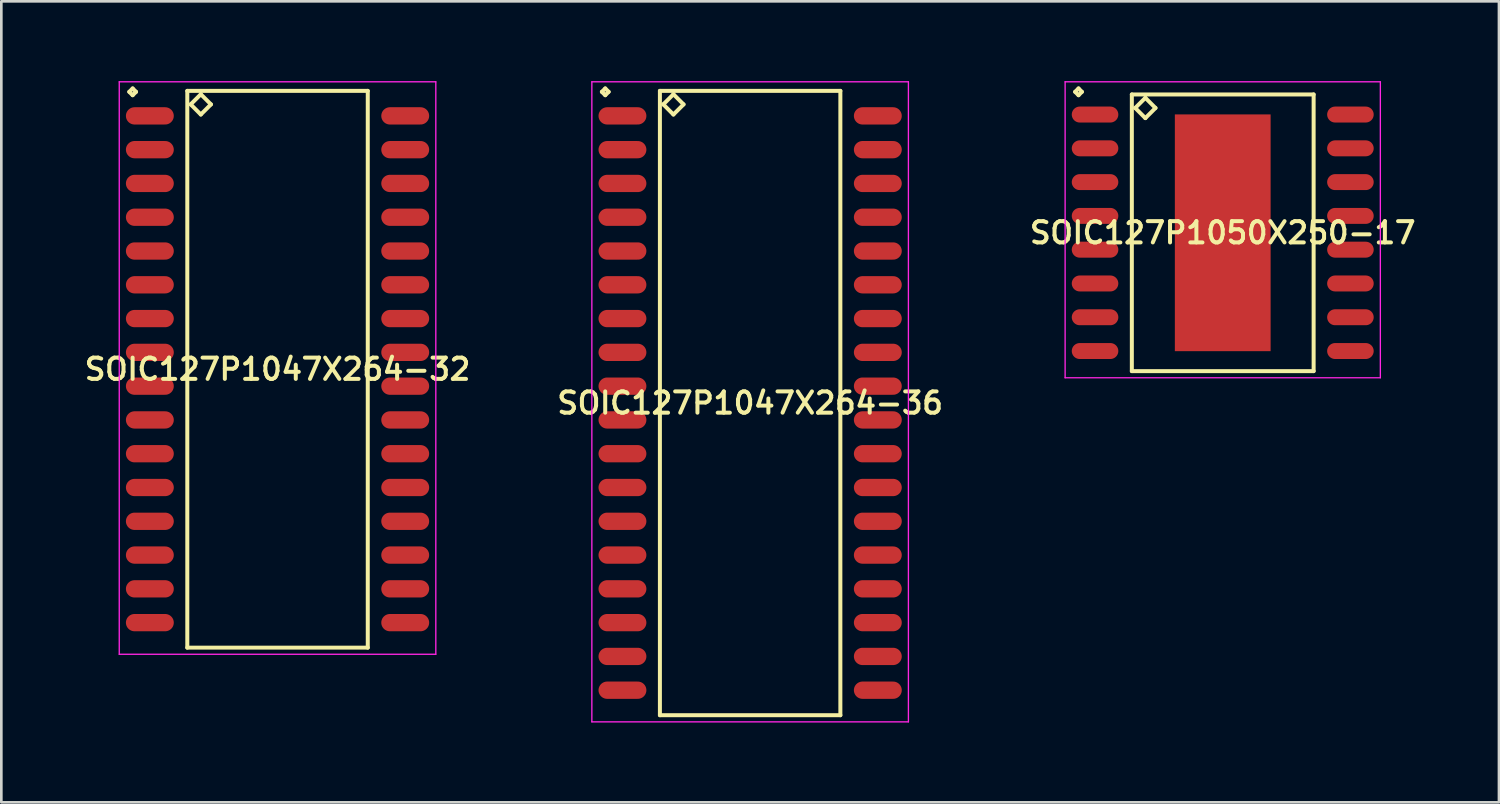
<source format=kicad_pcb>
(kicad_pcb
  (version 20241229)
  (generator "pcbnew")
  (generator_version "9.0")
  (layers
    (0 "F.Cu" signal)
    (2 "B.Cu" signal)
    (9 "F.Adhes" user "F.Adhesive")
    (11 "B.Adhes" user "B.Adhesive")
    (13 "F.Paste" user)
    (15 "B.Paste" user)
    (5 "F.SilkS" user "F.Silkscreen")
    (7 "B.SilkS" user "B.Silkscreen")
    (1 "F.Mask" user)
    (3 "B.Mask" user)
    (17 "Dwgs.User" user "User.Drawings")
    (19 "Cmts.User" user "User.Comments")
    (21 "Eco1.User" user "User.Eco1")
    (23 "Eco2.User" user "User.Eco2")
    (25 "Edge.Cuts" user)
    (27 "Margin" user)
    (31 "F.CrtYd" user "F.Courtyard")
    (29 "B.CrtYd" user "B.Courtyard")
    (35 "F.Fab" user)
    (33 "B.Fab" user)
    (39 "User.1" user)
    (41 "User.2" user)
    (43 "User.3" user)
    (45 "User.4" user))
  (footprint "SOIC127P1047X264-36"
    (layer "F.Cu")
    (at 25.149 12.101)
    (property "Reference" "SOIC127P1047X264-36" (at 0 0 0) (layer "F.SilkS") (effects (font (size 0.8 0.8) (thickness 0.15))))
    (attr smd)
    (fp_line (start -5.573 -11.699) (end -5.446 -11.826) (stroke (width 0.15) (type solid)) (layer "F.SilkS"))
    (fp_line (start -5.446 -11.826) (end -5.319 -11.699) (stroke (width 0.15) (type solid)) (layer "F.SilkS"))
    (fp_line (start -5.446 -11.572) (end -5.573 -11.699) (stroke (width 0.15) (type solid)) (layer "F.SilkS"))
    (fp_line (start -5.319 -11.699) (end -5.446 -11.572) (stroke (width 0.15) (type solid)) (layer "F.SilkS"))
    (fp_line (start -3.392 -11.735) (end -3.392 11.735) (stroke (width 0.15) (type solid)) (layer "F.SilkS"))
    (fp_line (start -3.392 11.735) (end 3.392 11.735) (stroke (width 0.15) (type solid)) (layer "F.SilkS"))
    (fp_line (start -3.265 -11.227) (end -2.884 -11.608) (stroke (width 0.15) (type solid)) (layer "F.SilkS"))
    (fp_line (start -2.884 -11.608) (end -2.503 -11.227) (stroke (width 0.15) (type solid)) (layer "F.SilkS"))
    (fp_line (start -2.884 -10.846) (end -3.265 -11.227) (stroke (width 0.15) (type solid)) (layer "F.SilkS"))
    (fp_line (start -2.503 -11.227) (end -2.884 -10.846) (stroke (width 0.15) (type solid)) (layer "F.SilkS"))
    (fp_line (start 3.392 -11.735) (end -3.392 -11.735) (stroke (width 0.15) (type solid)) (layer "F.SilkS"))
    (fp_line (start 3.392 11.735) (end 3.392 -11.735) (stroke (width 0.15) (type solid)) (layer "F.SilkS"))
    (fp_line (start -5.95 -12.076) (end 5.95 -12.076) (stroke (width 0.05) (type solid)) (layer "F.CrtYd"))
    (fp_line (start -5.95 11.985) (end -5.95 -12.076) (stroke (width 0.05) (type solid)) (layer "F.CrtYd"))
    (fp_line (start 5.95 -12.076) (end 5.95 11.985) (stroke (width 0.05) (type solid)) (layer "F.CrtYd"))
    (fp_line (start 5.95 11.985) (end -5.95 11.985) (stroke (width 0.05) (type solid)) (layer "F.CrtYd"))
    (pad "1" smd oval (at -4.8 -10.795) (size 1.8 0.65) (layers "F.Cu" "F.Mask" "F.Paste"))
    (pad "2" smd oval (at -4.8 -9.525) (size 1.8 0.65) (layers "F.Cu" "F.Mask" "F.Paste"))
    (pad "3" smd oval (at -4.8 -8.255) (size 1.8 0.65) (layers "F.Cu" "F.Mask" "F.Paste"))
    (pad "4" smd oval (at -4.8 -6.985) (size 1.8 0.65) (layers "F.Cu" "F.Mask" "F.Paste"))
    (pad "5" smd oval (at -4.8 -5.715) (size 1.8 0.65) (layers "F.Cu" "F.Mask" "F.Paste"))
    (pad "6" smd oval (at -4.8 -4.445) (size 1.8 0.65) (layers "F.Cu" "F.Mask" "F.Paste"))
    (pad "7" smd oval (at -4.8 -3.175) (size 1.8 0.65) (layers "F.Cu" "F.Mask" "F.Paste"))
    (pad "8" smd oval (at -4.8 -1.905) (size 1.8 0.65) (layers "F.Cu" "F.Mask" "F.Paste"))
    (pad "9" smd oval (at -4.8 -0.635) (size 1.8 0.65) (layers "F.Cu" "F.Mask" "F.Paste"))
    (pad "10" smd oval (at -4.8 0.635) (size 1.8 0.65) (layers "F.Cu" "F.Mask" "F.Paste"))
    (pad "11" smd oval (at -4.8 1.905) (size 1.8 0.65) (layers "F.Cu" "F.Mask" "F.Paste"))
    (pad "12" smd oval (at -4.8 3.175) (size 1.8 0.65) (layers "F.Cu" "F.Mask" "F.Paste"))
    (pad "13" smd oval (at -4.8 4.445) (size 1.8 0.65) (layers "F.Cu" "F.Mask" "F.Paste"))
    (pad "14" smd oval (at -4.8 5.715) (size 1.8 0.65) (layers "F.Cu" "F.Mask" "F.Paste"))
    (pad "15" smd oval (at -4.8 6.985) (size 1.8 0.65) (layers "F.Cu" "F.Mask" "F.Paste"))
    (pad "16" smd oval (at -4.8 8.255) (size 1.8 0.65) (layers "F.Cu" "F.Mask" "F.Paste"))
    (pad "17" smd oval (at -4.8 9.525) (size 1.8 0.65) (layers "F.Cu" "F.Mask" "F.Paste"))
    (pad "18" smd oval (at -4.8 10.795) (size 1.8 0.65) (layers "F.Cu" "F.Mask" "F.Paste"))
    (pad "19" smd oval (at 4.8 10.795) (size 1.8 0.65) (layers "F.Cu" "F.Mask" "F.Paste"))
    (pad "20" smd oval (at 4.8 9.525) (size 1.8 0.65) (layers "F.Cu" "F.Mask" "F.Paste"))
    (pad "21" smd oval (at 4.8 8.255) (size 1.8 0.65) (layers "F.Cu" "F.Mask" "F.Paste"))
    (pad "22" smd oval (at 4.8 6.985) (size 1.8 0.65) (layers "F.Cu" "F.Mask" "F.Paste"))
    (pad "23" smd oval (at 4.8 5.715) (size 1.8 0.65) (layers "F.Cu" "F.Mask" "F.Paste"))
    (pad "24" smd oval (at 4.8 4.445) (size 1.8 0.65) (layers "F.Cu" "F.Mask" "F.Paste"))
    (pad "25" smd oval (at 4.8 3.175) (size 1.8 0.65) (layers "F.Cu" "F.Mask" "F.Paste"))
    (pad "26" smd oval (at 4.8 1.905) (size 1.8 0.65) (layers "F.Cu" "F.Mask" "F.Paste"))
    (pad "27" smd oval (at 4.8 0.635) (size 1.8 0.65) (layers "F.Cu" "F.Mask" "F.Paste"))
    (pad "28" smd oval (at 4.8 -0.635) (size 1.8 0.65) (layers "F.Cu" "F.Mask" "F.Paste"))
    (pad "29" smd oval (at 4.8 -1.905) (size 1.8 0.65) (layers "F.Cu" "F.Mask" "F.Paste"))
    (pad "30" smd oval (at 4.8 -3.175) (size 1.8 0.65) (layers "F.Cu" "F.Mask" "F.Paste"))
    (pad "31" smd oval (at 4.8 -4.445) (size 1.8 0.65) (layers "F.Cu" "F.Mask" "F.Paste"))
    (pad "32" smd oval (at 4.8 -5.715) (size 1.8 0.65) (layers "F.Cu" "F.Mask" "F.Paste"))
    (pad "33" smd oval (at 4.8 -6.985) (size 1.8 0.65) (layers "F.Cu" "F.Mask" "F.Paste"))
    (pad "34" smd oval (at 4.8 -8.255) (size 1.8 0.65) (layers "F.Cu" "F.Mask" "F.Paste"))
    (pad "35" smd oval (at 4.8 -9.525) (size 1.8 0.65) (layers "F.Cu" "F.Mask" "F.Paste"))
    (pad "36" smd oval (at 4.8 -10.795) (size 1.8 0.65) (layers "F.Cu" "F.Mask" "F.Paste")))
  (footprint "SOIC127P1047X264-32"
    (layer "F.Cu")
    (at 7.383 10.831)
    (property "Reference" "SOIC127P1047X264-32" (at 0 0 0) (layer "F.SilkS") (effects (font (size 0.8 0.8) (thickness 0.15))))
    (attr smd)
    (fp_line (start -5.573 -10.429) (end -5.446 -10.556) (stroke (width 0.15) (type solid)) (layer "F.SilkS"))
    (fp_line (start -5.446 -10.556) (end -5.319 -10.429) (stroke (width 0.15) (type solid)) (layer "F.SilkS"))
    (fp_line (start -5.446 -10.302) (end -5.573 -10.429) (stroke (width 0.15) (type solid)) (layer "F.SilkS"))
    (fp_line (start -5.319 -10.429) (end -5.446 -10.302) (stroke (width 0.15) (type solid)) (layer "F.SilkS"))
    (fp_line (start -3.392 -10.465) (end -3.392 10.465) (stroke (width 0.15) (type solid)) (layer "F.SilkS"))
    (fp_line (start -3.392 10.465) (end 3.392 10.465) (stroke (width 0.15) (type solid)) (layer "F.SilkS"))
    (fp_line (start -3.265 -9.957) (end -2.884 -10.338) (stroke (width 0.15) (type solid)) (layer "F.SilkS"))
    (fp_line (start -2.884 -10.338) (end -2.503 -9.957) (stroke (width 0.15) (type solid)) (layer "F.SilkS"))
    (fp_line (start -2.884 -9.576) (end -3.265 -9.957) (stroke (width 0.15) (type solid)) (layer "F.SilkS"))
    (fp_line (start -2.503 -9.957) (end -2.884 -9.576) (stroke (width 0.15) (type solid)) (layer "F.SilkS"))
    (fp_line (start 3.392 -10.465) (end -3.392 -10.465) (stroke (width 0.15) (type solid)) (layer "F.SilkS"))
    (fp_line (start 3.392 10.465) (end 3.392 -10.465) (stroke (width 0.15) (type solid)) (layer "F.SilkS"))
    (fp_line (start -5.95 -10.806) (end 5.95 -10.806) (stroke (width 0.05) (type solid)) (layer "F.CrtYd"))
    (fp_line (start -5.95 10.715) (end -5.95 -10.806) (stroke (width 0.05) (type solid)) (layer "F.CrtYd"))
    (fp_line (start 5.95 -10.806) (end 5.95 10.715) (stroke (width 0.05) (type solid)) (layer "F.CrtYd"))
    (fp_line (start 5.95 10.715) (end -5.95 10.715) (stroke (width 0.05) (type solid)) (layer "F.CrtYd"))
    (pad "1" smd oval (at -4.8 -9.525) (size 1.8 0.65) (layers "F.Cu" "F.Mask" "F.Paste"))
    (pad "2" smd oval (at -4.8 -8.255) (size 1.8 0.65) (layers "F.Cu" "F.Mask" "F.Paste"))
    (pad "3" smd oval (at -4.8 -6.985) (size 1.8 0.65) (layers "F.Cu" "F.Mask" "F.Paste"))
    (pad "4" smd oval (at -4.8 -5.715) (size 1.8 0.65) (layers "F.Cu" "F.Mask" "F.Paste"))
    (pad "5" smd oval (at -4.8 -4.445) (size 1.8 0.65) (layers "F.Cu" "F.Mask" "F.Paste"))
    (pad "6" smd oval (at -4.8 -3.175) (size 1.8 0.65) (layers "F.Cu" "F.Mask" "F.Paste"))
    (pad "7" smd oval (at -4.8 -1.905) (size 1.8 0.65) (layers "F.Cu" "F.Mask" "F.Paste"))
    (pad "8" smd oval (at -4.8 -0.635) (size 1.8 0.65) (layers "F.Cu" "F.Mask" "F.Paste"))
    (pad "9" smd oval (at -4.8 0.635) (size 1.8 0.65) (layers "F.Cu" "F.Mask" "F.Paste"))
    (pad "10" smd oval (at -4.8 1.905) (size 1.8 0.65) (layers "F.Cu" "F.Mask" "F.Paste"))
    (pad "11" smd oval (at -4.8 3.175) (size 1.8 0.65) (layers "F.Cu" "F.Mask" "F.Paste"))
    (pad "12" smd oval (at -4.8 4.445) (size 1.8 0.65) (layers "F.Cu" "F.Mask" "F.Paste"))
    (pad "13" smd oval (at -4.8 5.715) (size 1.8 0.65) (layers "F.Cu" "F.Mask" "F.Paste"))
    (pad "14" smd oval (at -4.8 6.985) (size 1.8 0.65) (layers "F.Cu" "F.Mask" "F.Paste"))
    (pad "15" smd oval (at -4.8 8.255) (size 1.8 0.65) (layers "F.Cu" "F.Mask" "F.Paste"))
    (pad "16" smd oval (at -4.8 9.525) (size 1.8 0.65) (layers "F.Cu" "F.Mask" "F.Paste"))
    (pad "17" smd oval (at 4.8 9.525) (size 1.8 0.65) (layers "F.Cu" "F.Mask" "F.Paste"))
    (pad "18" smd oval (at 4.8 8.255) (size 1.8 0.65) (layers "F.Cu" "F.Mask" "F.Paste"))
    (pad "19" smd oval (at 4.8 6.985) (size 1.8 0.65) (layers "F.Cu" "F.Mask" "F.Paste"))
    (pad "20" smd oval (at 4.8 5.715) (size 1.8 0.65) (layers "F.Cu" "F.Mask" "F.Paste"))
    (pad "21" smd oval (at 4.8 4.445) (size 1.8 0.65) (layers "F.Cu" "F.Mask" "F.Paste"))
    (pad "22" smd oval (at 4.8 3.175) (size 1.8 0.65) (layers "F.Cu" "F.Mask" "F.Paste"))
    (pad "23" smd oval (at 4.8 1.905) (size 1.8 0.65) (layers "F.Cu" "F.Mask" "F.Paste"))
    (pad "24" smd oval (at 4.8 0.635) (size 1.8 0.65) (layers "F.Cu" "F.Mask" "F.Paste"))
    (pad "25" smd oval (at 4.8 -0.635) (size 1.8 0.65) (layers "F.Cu" "F.Mask" "F.Paste"))
    (pad "26" smd oval (at 4.8 -1.905) (size 1.8 0.65) (layers "F.Cu" "F.Mask" "F.Paste"))
    (pad "27" smd oval (at 4.8 -3.175) (size 1.8 0.65) (layers "F.Cu" "F.Mask" "F.Paste"))
    (pad "28" smd oval (at 4.8 -4.445) (size 1.8 0.65) (layers "F.Cu" "F.Mask" "F.Paste"))
    (pad "29" smd oval (at 4.8 -5.715) (size 1.8 0.65) (layers "F.Cu" "F.Mask" "F.Paste"))
    (pad "30" smd oval (at 4.8 -6.985) (size 1.8 0.65) (layers "F.Cu" "F.Mask" "F.Paste"))
    (pad "31" smd oval (at 4.8 -8.255) (size 1.8 0.65) (layers "F.Cu" "F.Mask" "F.Paste"))
    (pad "32" smd oval (at 4.8 -9.525) (size 1.8 0.65) (layers "F.Cu" "F.Mask" "F.Paste")))
  (footprint "SOIC127P1050X250-17"
    (layer "F.Cu")
    (at 42.915 5.701)
    (property "Reference" "SOIC127P1050X250-17" (at 0 0 0) (layer "F.SilkS") (effects (font (size 0.8 0.8) (thickness 0.15))))
    (attr smd)
    (fp_line (start -5.548 -5.299) (end -5.421 -5.426) (stroke (width 0.15) (type solid)) (layer "F.SilkS"))
    (fp_line (start -5.421 -5.426) (end -5.294 -5.299) (stroke (width 0.15) (type solid)) (layer "F.SilkS"))
    (fp_line (start -5.421 -5.172) (end -5.548 -5.299) (stroke (width 0.15) (type solid)) (layer "F.SilkS"))
    (fp_line (start -5.294 -5.299) (end -5.421 -5.172) (stroke (width 0.15) (type solid)) (layer "F.SilkS"))
    (fp_line (start -3.417 -5.2) (end -3.417 5.2) (stroke (width 0.15) (type solid)) (layer "F.SilkS"))
    (fp_line (start -3.417 5.2) (end 3.417 5.2) (stroke (width 0.15) (type solid)) (layer "F.SilkS"))
    (fp_line (start -3.29 -4.692) (end -2.909 -5.073) (stroke (width 0.15) (type solid)) (layer "F.SilkS"))
    (fp_line (start -2.909 -5.073) (end -2.528 -4.692) (stroke (width 0.15) (type solid)) (layer "F.SilkS"))
    (fp_line (start -2.909 -4.311) (end -3.29 -4.692) (stroke (width 0.15) (type solid)) (layer "F.SilkS"))
    (fp_line (start -2.528 -4.692) (end -2.909 -4.311) (stroke (width 0.15) (type solid)) (layer "F.SilkS"))
    (fp_line (start 3.417 -5.2) (end -3.417 -5.2) (stroke (width 0.15) (type solid)) (layer "F.SilkS"))
    (fp_line (start 3.417 5.2) (end 3.417 -5.2) (stroke (width 0.15) (type solid)) (layer "F.SilkS"))
    (fp_line (start -5.925 -5.676) (end 5.925 -5.676) (stroke (width 0.05) (type solid)) (layer "F.CrtYd"))
    (fp_line (start -5.925 5.45) (end -5.925 -5.676) (stroke (width 0.05) (type solid)) (layer "F.CrtYd"))
    (fp_line (start 5.925 -5.676) (end 5.925 5.45) (stroke (width 0.05) (type solid)) (layer "F.CrtYd"))
    (fp_line (start 5.925 5.45) (end -5.925 5.45) (stroke (width 0.05) (type solid)) (layer "F.CrtYd"))
    (pad "1" smd oval (at -4.8 -4.445) (size 1.75 0.6) (layers "F.Cu" "F.Mask" "F.Paste"))
    (pad "2" smd oval (at -4.8 -3.175) (size 1.75 0.6) (layers "F.Cu" "F.Mask" "F.Paste"))
    (pad "3" smd oval (at -4.8 -1.905) (size 1.75 0.6) (layers "F.Cu" "F.Mask" "F.Paste"))
    (pad "4" smd oval (at -4.8 -0.635) (size 1.75 0.6) (layers "F.Cu" "F.Mask" "F.Paste"))
    (pad "5" smd oval (at -4.8 0.635) (size 1.75 0.6) (layers "F.Cu" "F.Mask" "F.Paste"))
    (pad "6" smd oval (at -4.8 1.905) (size 1.75 0.6) (layers "F.Cu" "F.Mask" "F.Paste"))
    (pad "7" smd oval (at -4.8 3.175) (size 1.75 0.6) (layers "F.Cu" "F.Mask" "F.Paste"))
    (pad "8" smd oval (at -4.8 4.445) (size 1.75 0.6) (layers "F.Cu" "F.Mask" "F.Paste"))
    (pad "9" smd oval (at 4.8 4.445) (size 1.75 0.6) (layers "F.Cu" "F.Mask" "F.Paste"))
    (pad "10" smd oval (at 4.8 3.175) (size 1.75 0.6) (layers "F.Cu" "F.Mask" "F.Paste"))
    (pad "11" smd oval (at 4.8 1.905) (size 1.75 0.6) (layers "F.Cu" "F.Mask" "F.Paste"))
    (pad "12" smd oval (at 4.8 0.635) (size 1.75 0.6) (layers "F.Cu" "F.Mask" "F.Paste"))
    (pad "13" smd oval (at 4.8 -0.635) (size 1.75 0.6) (layers "F.Cu" "F.Mask" "F.Paste"))
    (pad "14" smd oval (at 4.8 -1.905) (size 1.75 0.6) (layers "F.Cu" "F.Mask" "F.Paste"))
    (pad "15" smd oval (at 4.8 -3.175) (size 1.75 0.6) (layers "F.Cu" "F.Mask" "F.Paste"))
    (pad "16" smd oval (at 4.8 -4.445) (size 1.75 0.6) (layers "F.Cu" "F.Mask" "F.Paste"))
    (pad "17" smd rect (at 0 0) (size 3.6 8.9) (layers "F.Cu" "F.Mask" "F.Paste")))
  (gr_rect
    (start -3 -3)
    (end 53.299 27.111)
    (stroke (width 0.1) (type default))
    (fill no)
    (layer "Edge.Cuts")))
</source>
